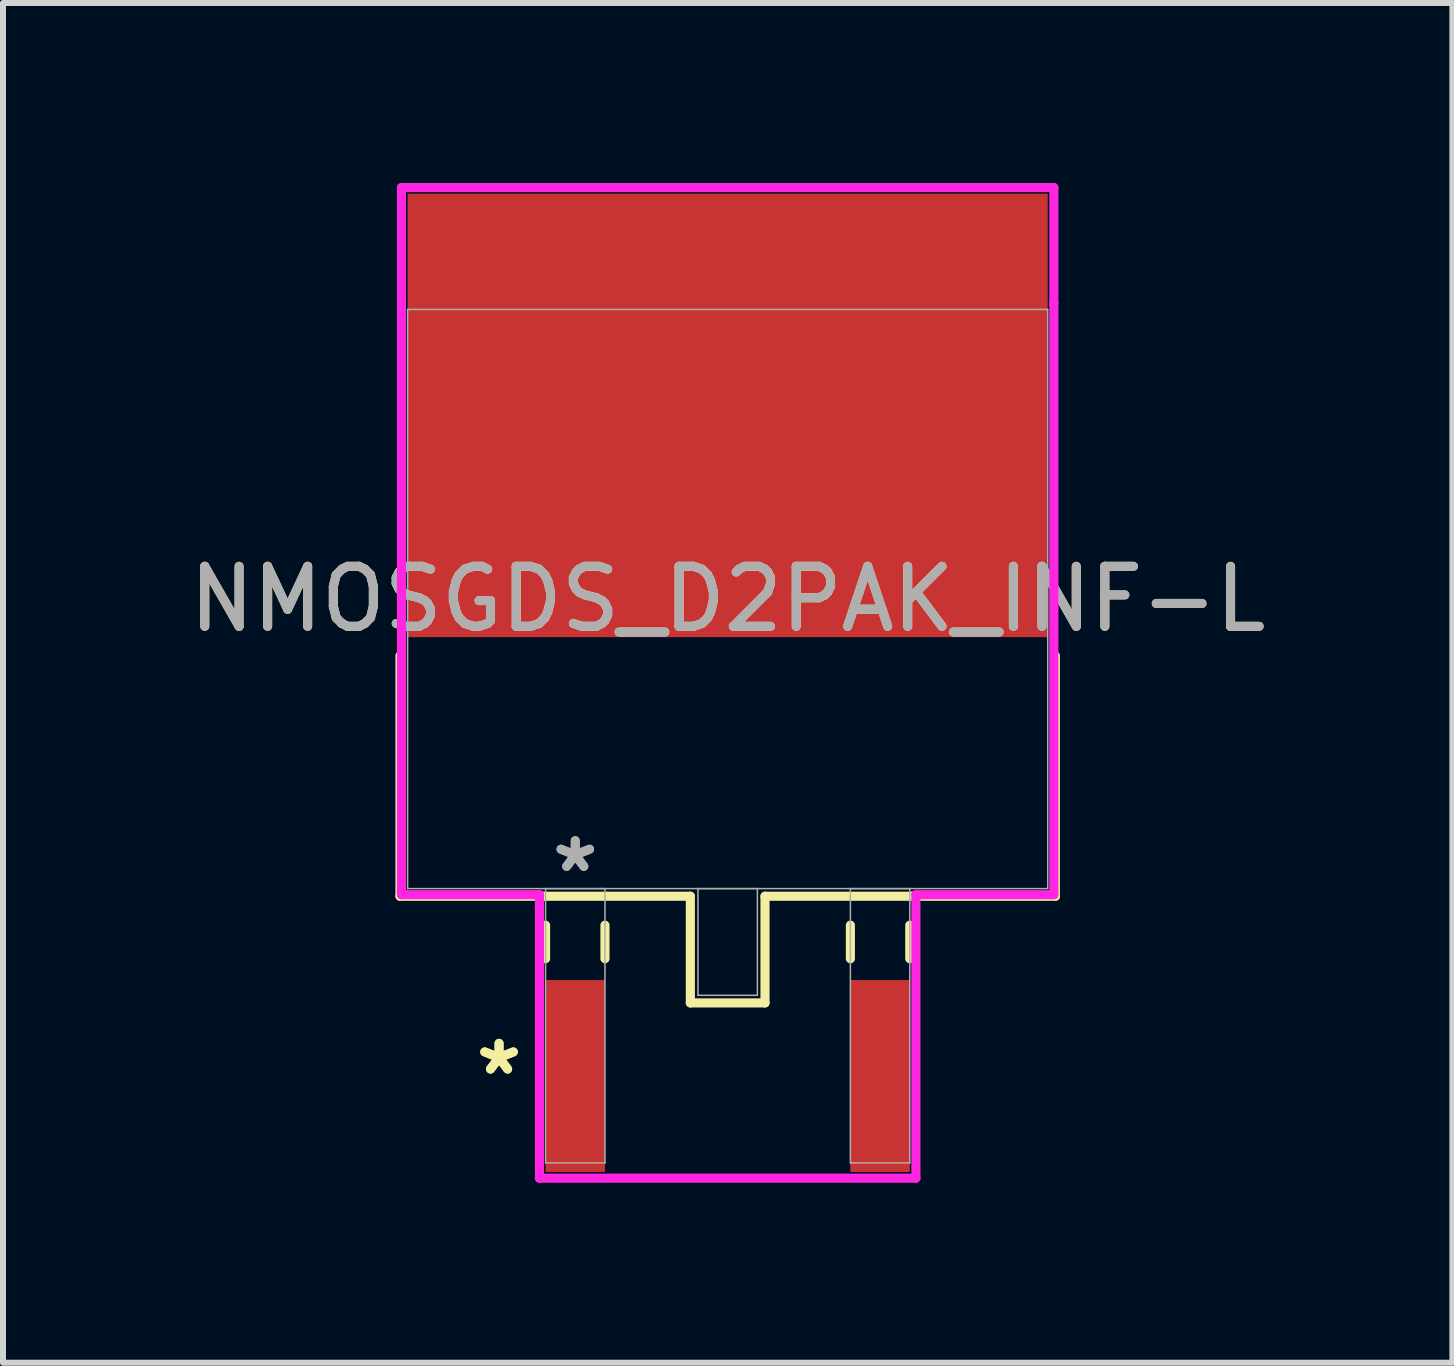
<source format=kicad_pcb>
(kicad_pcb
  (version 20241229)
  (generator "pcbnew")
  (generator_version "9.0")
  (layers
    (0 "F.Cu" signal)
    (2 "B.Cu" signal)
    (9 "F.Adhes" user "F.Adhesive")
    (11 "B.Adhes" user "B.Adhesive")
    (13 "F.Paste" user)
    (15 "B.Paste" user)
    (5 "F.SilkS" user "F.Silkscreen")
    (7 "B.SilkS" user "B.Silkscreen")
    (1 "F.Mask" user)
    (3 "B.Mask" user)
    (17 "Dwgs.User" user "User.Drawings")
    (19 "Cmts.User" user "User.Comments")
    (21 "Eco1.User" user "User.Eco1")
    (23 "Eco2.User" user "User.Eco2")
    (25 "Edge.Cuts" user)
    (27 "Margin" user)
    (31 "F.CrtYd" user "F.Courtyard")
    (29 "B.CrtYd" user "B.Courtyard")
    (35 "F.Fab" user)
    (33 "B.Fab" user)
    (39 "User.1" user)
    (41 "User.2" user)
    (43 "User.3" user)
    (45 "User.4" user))
  (footprint "NMOSGDS_D2PAK_INF-L"
    (layer "F.Cu")
    (at 9.077 6.933)
    (property "Reference" "NMOSGDS_D2PAK_INF-L" (at 0 0 0) (unlocked yes) (layer "F.SilkS") (effects (font (size 1 1) (thickness 0.15))))
    (attr smd)
    (fp_line (start -5.461 0.944) (end -5.461 4.953) (stroke (width 0.152) (type solid)) (layer "F.SilkS"))
    (fp_line (start -5.461 4.953) (end -0.622 4.953) (stroke (width 0.152) (type solid)) (layer "F.SilkS"))
    (fp_line (start -3.035 5.436) (end -3.035 5.994) (stroke (width 0.152) (type solid)) (layer "F.SilkS"))
    (fp_line (start -2.045 5.436) (end -2.045 5.994) (stroke (width 0.152) (type solid)) (layer "F.SilkS"))
    (fp_line (start -0.622 4.953) (end -0.622 6.731) (stroke (width 0.152) (type solid)) (layer "F.SilkS"))
    (fp_line (start -0.622 6.731) (end 0.622 6.731) (stroke (width 0.152) (type solid)) (layer "F.SilkS"))
    (fp_line (start 0.622 4.953) (end 5.461 4.953) (stroke (width 0.152) (type solid)) (layer "F.SilkS"))
    (fp_line (start 0.622 6.731) (end 0.622 4.953) (stroke (width 0.152) (type solid)) (layer "F.SilkS"))
    (fp_line (start 2.045 5.436) (end 2.045 5.994) (stroke (width 0.152) (type solid)) (layer "F.SilkS"))
    (fp_line (start 3.035 5.436) (end 3.035 5.994) (stroke (width 0.152) (type solid)) (layer "F.SilkS"))
    (fp_line (start 5.461 4.953) (end 5.461 0.944) (stroke (width 0.152) (type solid)) (layer "F.SilkS"))
    (fp_line (start -5.436 -6.857) (end 5.436 -6.857) (stroke (width 0.152) (type solid)) (layer "F.CrtYd"))
    (fp_line (start -5.436 -4.928) (end -5.436 -6.857) (stroke (width 0.152) (type solid)) (layer "F.CrtYd"))
    (fp_line (start -5.436 -4.928) (end -5.436 -4.928) (stroke (width 0.152) (type solid)) (layer "F.CrtYd"))
    (fp_line (start -5.436 4.928) (end -5.436 -4.928) (stroke (width 0.152) (type solid)) (layer "F.CrtYd"))
    (fp_line (start -3.137 4.928) (end -5.436 4.928) (stroke (width 0.152) (type solid)) (layer "F.CrtYd"))
    (fp_line (start -3.137 9.652) (end -3.137 4.928) (stroke (width 0.152) (type solid)) (layer "F.CrtYd"))
    (fp_line (start 3.137 4.928) (end 3.137 9.652) (stroke (width 0.152) (type solid)) (layer "F.CrtYd"))
    (fp_line (start 3.137 9.652) (end -3.137 9.652) (stroke (width 0.152) (type solid)) (layer "F.CrtYd"))
    (fp_line (start 5.436 -6.857) (end 5.436 -4.928) (stroke (width 0.152) (type solid)) (layer "F.CrtYd"))
    (fp_line (start 5.436 -4.928) (end 5.436 -4.928) (stroke (width 0.152) (type solid)) (layer "F.CrtYd"))
    (fp_line (start 5.436 -4.928) (end 5.436 4.928) (stroke (width 0.152) (type solid)) (layer "F.CrtYd"))
    (fp_line (start 5.436 4.928) (end 3.137 4.928) (stroke (width 0.152) (type solid)) (layer "F.CrtYd"))
    (fp_line (start -5.334 -4.826) (end -5.334 4.826) (stroke (width 0.025) (type solid)) (layer "F.Fab"))
    (fp_line (start -5.334 4.826) (end 5.334 4.826) (stroke (width 0.025) (type solid)) (layer "F.Fab"))
    (fp_line (start -3.035 4.826) (end -3.035 9.398) (stroke (width 0.025) (type solid)) (layer "F.Fab"))
    (fp_line (start -3.035 9.398) (end -2.045 9.398) (stroke (width 0.025) (type solid)) (layer "F.Fab"))
    (fp_line (start -2.045 4.826) (end -3.035 4.826) (stroke (width 0.025) (type solid)) (layer "F.Fab"))
    (fp_line (start -2.045 9.398) (end -2.045 4.826) (stroke (width 0.025) (type solid)) (layer "F.Fab"))
    (fp_line (start -0.495 4.826) (end -0.495 6.604) (stroke (width 0.025) (type solid)) (layer "F.Fab"))
    (fp_line (start -0.495 6.604) (end 0.495 6.604) (stroke (width 0.025) (type solid)) (layer "F.Fab"))
    (fp_line (start 0.495 4.826) (end -0.495 4.826) (stroke (width 0.025) (type solid)) (layer "F.Fab"))
    (fp_line (start 0.495 6.604) (end 0.495 4.826) (stroke (width 0.025) (type solid)) (layer "F.Fab"))
    (fp_line (start 2.045 4.826) (end 2.045 9.398) (stroke (width 0.025) (type solid)) (layer "F.Fab"))
    (fp_line (start 2.045 9.398) (end 3.035 9.398) (stroke (width 0.025) (type solid)) (layer "F.Fab"))
    (fp_line (start 3.035 4.826) (end 2.045 4.826) (stroke (width 0.025) (type solid)) (layer "F.Fab"))
    (fp_line (start 3.035 9.398) (end 3.035 4.826) (stroke (width 0.025) (type solid)) (layer "F.Fab"))
    (fp_line (start 5.334 -4.826) (end -5.334 -4.826) (stroke (width 0.025) (type solid)) (layer "F.Fab"))
    (fp_line (start 5.334 4.826) (end 5.334 -4.826) (stroke (width 0.025) (type solid)) (layer "F.Fab"))
    (fp_text user "*" (at -3.81 7.95 0) (layer "F.SilkS") (effects (font (size 1 1) (thickness 0.15))))
    (fp_text user "*" (at -3.81 7.95 0) (unlocked yes) (layer "F.SilkS") (effects (font (size 1 1) (thickness 0.15))))
    (fp_text user "*" (at -2.54 4.572 0) (layer "F.Fab") (effects (font (size 1 1) (thickness 0.15))))
    (fp_text user "*" (at -2.54 4.572 0) (unlocked yes) (layer "F.Fab") (effects (font (size 1 1) (thickness 0.15))))
    (fp_text user "${REFERENCE}" (at 0 0 0) (unlocked yes) (layer "F.Fab") (effects (font (size 1 1) (thickness 0.15))))
    (pad "1" smd rect (at -2.54 7.95) (size 0.991 3.2) (layers "F.Cu" "F.Mask" "F.Paste"))
    (pad "2" smd rect (at 0 -3.06) (size 10.668 7.391) (layers "F.Cu" "F.Mask" "F.Paste"))
    (pad "3" smd rect (at 2.54 7.95) (size 0.991 3.2) (layers "F.Cu" "F.Mask" "F.Paste")))
  (gr_rect
    (start -3 -3)
    (end 21.155 19.661)
    (stroke (width 0.1) (type default))
    (fill no)
    (layer "Edge.Cuts")))
</source>
